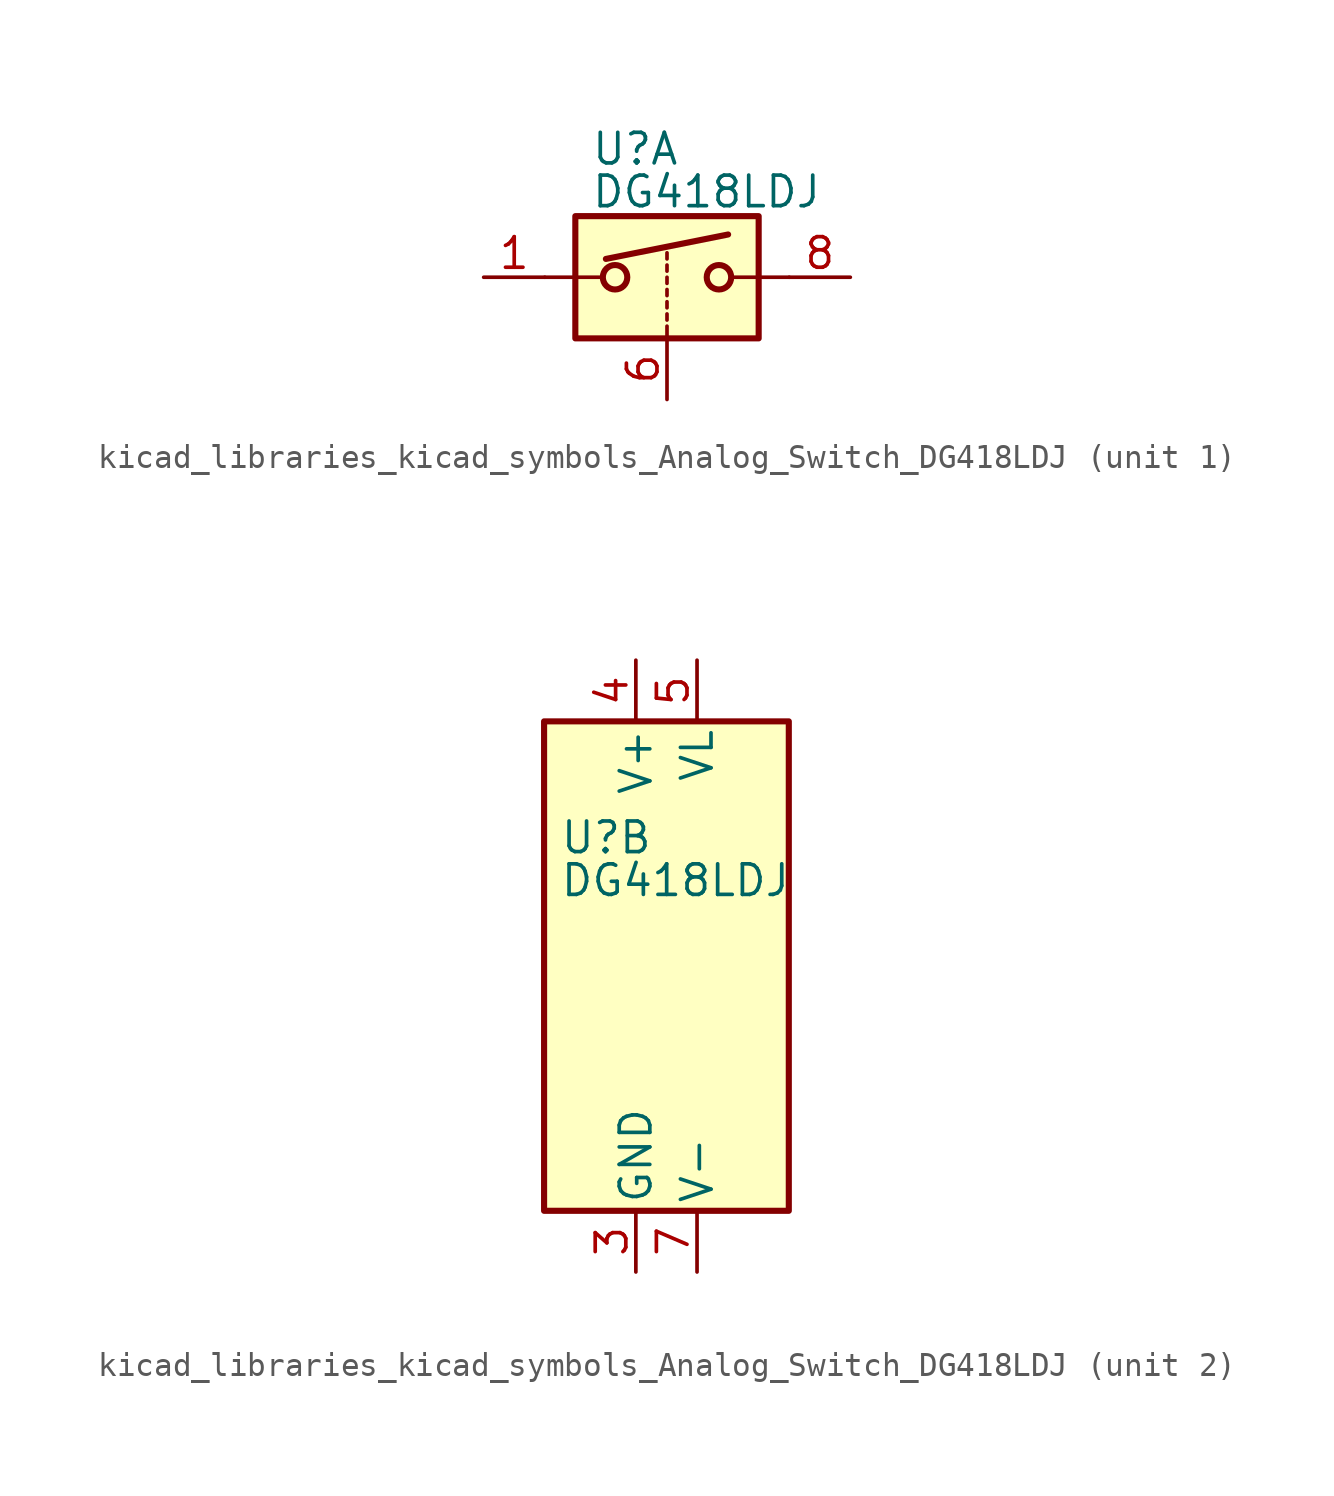
<source format=kicad_sym>
(kicad_symbol_lib
  (version 20220914)
  (generator kicad_symbol_editor)
  (symbol "kicad_libraries_kicad_symbols_Analog_Switch_DG418LDJ"
    (pin_names
      (offset 0.254))
    (property "Reference" "U"
      (at -3.175 5.334 0)
      (effects (font (size 1.27 1.27)) (justify left)))
    (property "Value" "DG418LDJ"
      (at -3.175 3.556 0)
      (effects (font (size 1.27 1.27)) (justify left)))
    (symbol "kicad_libraries_kicad_symbols_Analog_Switch_DG418LDJ_1_1"
      (rectangle (start -3.81 2.54) (end 3.81 -2.54) (stroke (width 0.254) (type default)) (fill (type background)))
      (circle (center -2.159 0) (radius 0.508) (stroke (width 0.254) (type default)) (fill (type none)))
      (polyline (pts (xy -5.08 0) (xy -2.794 0)) (stroke (width 0) (type default)) (fill (type none)))
      (polyline (pts (xy -2.54 0.762) (xy 2.54 1.778)) (stroke (width 0.254) (type default)) (fill (type none)))
      (polyline (pts (xy 0 -2.54) (xy 0 -2.032)) (stroke (width 0) (type default)) (fill (type none)))
      (polyline (pts (xy 0 -1.778) (xy 0 -1.524)) (stroke (width 0) (type default)) (fill (type none)))
      (polyline (pts (xy 0 -1.27) (xy 0 -1.016)) (stroke (width 0) (type default)) (fill (type none)))
      (polyline (pts (xy 0 -0.762) (xy 0 -0.508)) (stroke (width 0) (type default)) (fill (type none)))
      (polyline (pts (xy 0 -0.254) (xy 0 0)) (stroke (width 0) (type default)) (fill (type none)))
      (polyline (pts (xy 0 0.254) (xy 0 0.508)) (stroke (width 0) (type default)) (fill (type none)))
      (polyline (pts (xy 0 0.762) (xy 0 1.016)) (stroke (width 0) (type default)) (fill (type none)))
      (polyline (pts (xy 5.08 0) (xy 2.794 0)) (stroke (width 0) (type default)) (fill (type none)))
      (circle (center 2.159 0) (radius 0.508) (stroke (width 0.254) (type default)) (fill (type none)))
      (pin passive line (at -7.62 0 0) (length 2.54) (name "~" (effects (font (size 1.27 1.27)))) (number "1" (effects (font (size 1.27 1.27)))))
      (pin input line (at 0 -5.08 90) (length 2.54) (name "~" (effects (font (size 1.27 1.27)))) (number "6" (effects (font (size 1.27 1.27)))))
      (pin passive line (at 7.62 0 180) (length 2.54) (name "~" (effects (font (size 1.27 1.27)))) (number "8" (effects (font (size 1.27 1.27))))))
    (symbol "kicad_libraries_kicad_symbols_Analog_Switch_DG418LDJ_2_0"
      (pin no_connect line (at -2.54 10.16 270) (length 2.54) hide (name "NC" (effects (font (size 1.27 1.27)))) (number "2" (effects (font (size 1.27 1.27)))))
      (pin power_in line (at 0 -12.7 90) (length 2.54) (name "GND" (effects (font (size 1.27 1.27)))) (number "3" (effects (font (size 1.27 1.27)))))
      (pin power_in line (at 0 12.7 270) (length 2.54) (name "V+" (effects (font (size 1.27 1.27)))) (number "4" (effects (font (size 1.27 1.27)))))
      (pin power_in line (at 2.54 12.7 270) (length 2.54) (name "VL" (effects (font (size 1.27 1.27)))) (number "5" (effects (font (size 1.27 1.27)))))
      (pin power_in line (at 2.54 -12.7 90) (length 2.54) (name "V-" (effects (font (size 1.27 1.27)))) (number "7" (effects (font (size 1.27 1.27))))))
    (symbol "kicad_libraries_kicad_symbols_Analog_Switch_DG418LDJ_2_1"
      (rectangle (start -3.81 10.16) (end 6.35 -10.16) (stroke (width 0.254) (type default)) (fill (type background))))))
</source>
